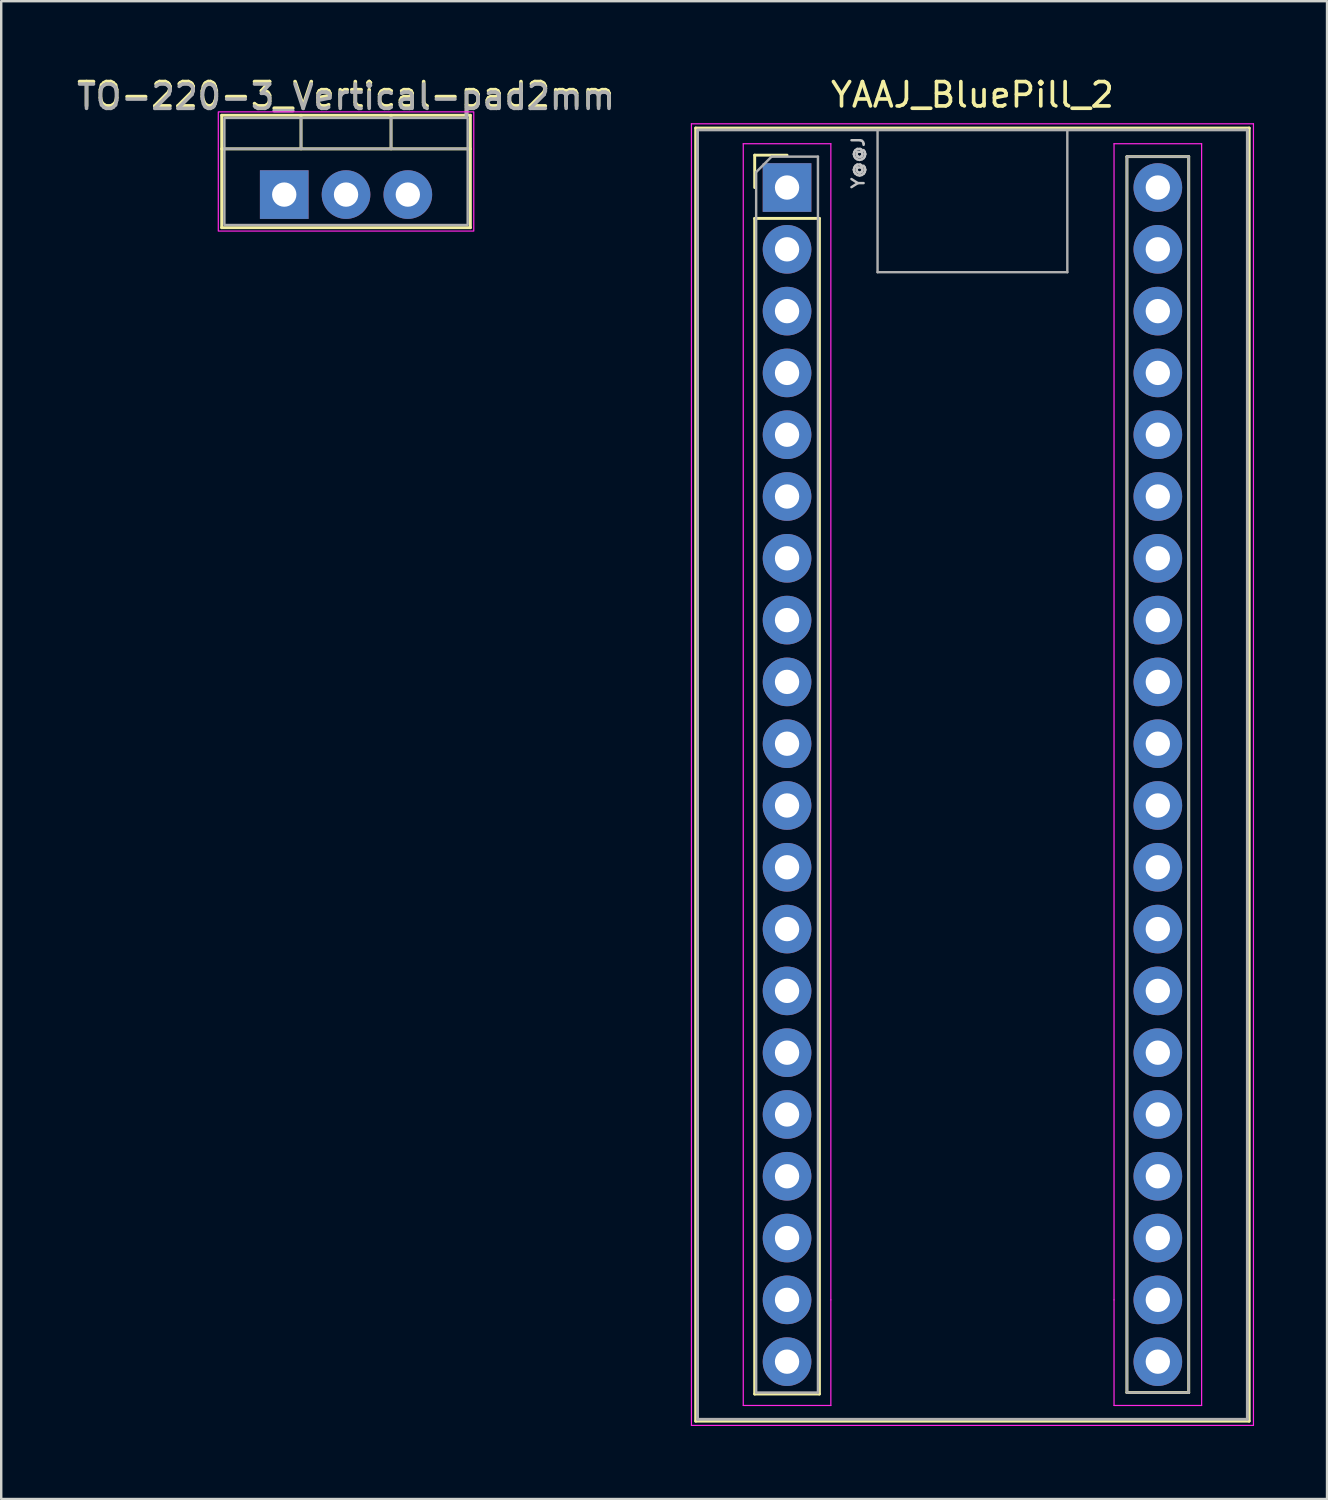
<source format=kicad_pcb>
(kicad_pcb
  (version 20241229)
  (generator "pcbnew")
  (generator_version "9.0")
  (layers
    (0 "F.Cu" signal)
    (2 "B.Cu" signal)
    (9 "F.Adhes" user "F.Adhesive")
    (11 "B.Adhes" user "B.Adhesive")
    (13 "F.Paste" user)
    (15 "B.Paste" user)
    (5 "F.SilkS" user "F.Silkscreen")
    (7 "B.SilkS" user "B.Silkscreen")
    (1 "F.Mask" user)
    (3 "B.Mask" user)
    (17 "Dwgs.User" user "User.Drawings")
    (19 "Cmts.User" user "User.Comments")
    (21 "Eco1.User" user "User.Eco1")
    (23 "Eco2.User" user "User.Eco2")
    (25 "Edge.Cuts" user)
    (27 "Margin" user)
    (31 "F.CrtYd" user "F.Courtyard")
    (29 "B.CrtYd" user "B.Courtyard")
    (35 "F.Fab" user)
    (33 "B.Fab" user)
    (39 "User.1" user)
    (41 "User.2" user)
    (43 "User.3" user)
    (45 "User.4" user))
  (footprint "YAAJ_BluePill_2"
    (layer "F.Cu")
    (at 29.3 4.658)
    (property "Reference" "YAAJ_BluePill_2" (at 7.62 -3.81 180) (layer "F.SilkS") (effects (font (size 1 1) (thickness 0.15))))
    (attr through_hole)
    (fp_line (start -3.755 -2.445) (end 18.995 -2.445) (stroke (width 0.12) (type solid)) (layer "F.SilkS"))
    (fp_line (start -3.755 50.705) (end -3.755 -2.445) (stroke (width 0.12) (type solid)) (layer "F.SilkS"))
    (fp_line (start -1.33 -1.33) (end 0 -1.33) (stroke (width 0.12) (type solid)) (layer "F.SilkS"))
    (fp_line (start -1.33 0) (end -1.33 -1.33) (stroke (width 0.12) (type solid)) (layer "F.SilkS"))
    (fp_line (start -1.33 1.27) (end 1.33 1.27) (stroke (width 0.12) (type solid)) (layer "F.SilkS"))
    (fp_line (start -1.33 49.59) (end -1.33 1.27) (stroke (width 0.12) (type solid)) (layer "F.SilkS"))
    (fp_line (start 1.33 1.27) (end 1.33 49.59) (stroke (width 0.12) (type solid)) (layer "F.SilkS"))
    (fp_line (start 1.33 49.59) (end -1.33 49.59) (stroke (width 0.12) (type solid)) (layer "F.SilkS"))
    (fp_line (start 13.97 -1.27) (end 16.51 -1.27) (stroke (width 0.12) (type solid)) (layer "F.SilkS"))
    (fp_line (start 13.97 49.53) (end 13.97 -1.27) (stroke (width 0.12) (type solid)) (layer "F.SilkS"))
    (fp_line (start 16.51 -1.27) (end 16.51 49.53) (stroke (width 0.12) (type solid)) (layer "F.SilkS"))
    (fp_line (start 16.51 49.53) (end 13.97 49.53) (stroke (width 0.12) (type solid)) (layer "F.SilkS"))
    (fp_line (start 18.995 -2.445) (end 18.995 50.705) (stroke (width 0.12) (type solid)) (layer "F.SilkS"))
    (fp_line (start 18.995 50.705) (end -3.755 50.705) (stroke (width 0.12) (type solid)) (layer "F.SilkS"))
    (fp_line (start -3.93 -2.62) (end 19.17 -2.62) (stroke (width 0.05) (type solid)) (layer "F.CrtYd"))
    (fp_line (start -3.93 50.88) (end -3.93 -2.62) (stroke (width 0.05) (type solid)) (layer "F.CrtYd"))
    (fp_line (start -1.8 -1.8) (end -1.8 50.06) (stroke (width 0.05) (type solid)) (layer "F.CrtYd"))
    (fp_line (start -1.8 50.06) (end 1.8 50.06) (stroke (width 0.05) (type solid)) (layer "F.CrtYd"))
    (fp_line (start 1.8 -1.8) (end -1.8 -1.8) (stroke (width 0.05) (type solid)) (layer "F.CrtYd"))
    (fp_line (start 1.8 -1.8) (end 1.8 45.72) (stroke (width 0.05) (type solid)) (layer "F.CrtYd"))
    (fp_line (start 1.8 45.72) (end 1.8 50.06) (stroke (width 0.05) (type solid)) (layer "F.CrtYd"))
    (fp_line (start 13.44 -1.8) (end 13.44 45.72) (stroke (width 0.05) (type solid)) (layer "F.CrtYd"))
    (fp_line (start 13.44 -1.8) (end 17.04 -1.8) (stroke (width 0.05) (type solid)) (layer "F.CrtYd"))
    (fp_line (start 13.44 45.72) (end 13.44 50.06) (stroke (width 0.05) (type solid)) (layer "F.CrtYd"))
    (fp_line (start 17.04 -1.8) (end 17.04 50.06) (stroke (width 0.05) (type solid)) (layer "F.CrtYd"))
    (fp_line (start 17.04 50.06) (end 13.44 50.06) (stroke (width 0.05) (type solid)) (layer "F.CrtYd"))
    (fp_line (start 19.17 -2.62) (end 19.17 50.88) (stroke (width 0.05) (type solid)) (layer "F.CrtYd"))
    (fp_line (start 19.17 50.88) (end -3.93 50.88) (stroke (width 0.05) (type solid)) (layer "F.CrtYd"))
    (fp_line (start -3.68 -2.37) (end 18.92 -2.37) (stroke (width 0.12) (type solid)) (layer "F.Fab"))
    (fp_line (start -3.68 50.63) (end -3.68 -2.32) (stroke (width 0.12) (type solid)) (layer "F.Fab"))
    (fp_line (start -3.68 50.63) (end 18.92 50.63) (stroke (width 0.12) (type solid)) (layer "F.Fab"))
    (fp_line (start -1.27 -0.635) (end -0.635 -1.27) (stroke (width 0.1) (type solid)) (layer "F.Fab"))
    (fp_line (start -1.27 49.53) (end -1.27 -0.635) (stroke (width 0.1) (type solid)) (layer "F.Fab"))
    (fp_line (start -0.635 -1.27) (end 1.27 -1.27) (stroke (width 0.1) (type solid)) (layer "F.Fab"))
    (fp_line (start 1.27 -1.27) (end 1.27 49.53) (stroke (width 0.1) (type solid)) (layer "F.Fab"))
    (fp_line (start 1.27 49.53) (end -1.27 49.53) (stroke (width 0.1) (type solid)) (layer "F.Fab"))
    (fp_line (start 3.72 3.48) (end 3.72 -2.32) (stroke (width 0.1) (type solid)) (layer "F.Fab"))
    (fp_line (start 3.72 3.48) (end 11.52 3.48) (stroke (width 0.1) (type solid)) (layer "F.Fab"))
    (fp_line (start 11.52 3.48) (end 11.52 -2.32) (stroke (width 0.1) (type solid)) (layer "F.Fab"))
    (fp_line (start 13.97 -1.27) (end 16.51 -1.27) (stroke (width 0.1) (type solid)) (layer "F.Fab"))
    (fp_line (start 13.97 49.53) (end 13.97 -1.27) (stroke (width 0.1) (type solid)) (layer "F.Fab"))
    (fp_line (start 16.51 -1.27) (end 16.51 49.53) (stroke (width 0.1) (type solid)) (layer "F.Fab"))
    (fp_line (start 16.51 49.53) (end 13.97 49.53) (stroke (width 0.1) (type solid)) (layer "F.Fab"))
    (fp_line (start 18.92 -2.37) (end 18.92 50.63) (stroke (width 0.12) (type solid)) (layer "F.Fab"))
    (fp_text user "Y@@J" (at 2.921 -1.016 90) (unlocked yes) (layer "Dwgs.User") (effects (font (size 0.5 0.5) (thickness 0.1))))
    (pad "1" thru_hole rect (at 0 0) (size 2 2) (drill 1) (layers "*.Cu" "*.Mask"))
    (pad "2" thru_hole circle (at 0 2.54) (size 2 2) (drill 1) (layers "*.Cu" "*.Mask"))
    (pad "3" thru_hole circle (at 0 5.08) (size 2 2) (drill 1) (layers "*.Cu" "*.Mask"))
    (pad "4" thru_hole circle (at 0 7.62) (size 2 2) (drill 1) (layers "*.Cu" "*.Mask"))
    (pad "5" thru_hole circle (at 0 10.16) (size 2 2) (drill 1) (layers "*.Cu" "*.Mask"))
    (pad "6" thru_hole circle (at 0 12.7) (size 2 2) (drill 1) (layers "*.Cu" "*.Mask"))
    (pad "7" thru_hole circle (at 0 15.24) (size 2 2) (drill 1) (layers "*.Cu" "*.Mask"))
    (pad "8" thru_hole circle (at 0 17.78) (size 2 2) (drill 1) (layers "*.Cu" "*.Mask"))
    (pad "9" thru_hole circle (at 0 20.32) (size 2 2) (drill 1) (layers "*.Cu" "*.Mask"))
    (pad "10" thru_hole circle (at 0 22.86) (size 2 2) (drill 1) (layers "*.Cu" "*.Mask"))
    (pad "11" thru_hole circle (at 0 25.4) (size 2 2) (drill 1) (layers "*.Cu" "*.Mask"))
    (pad "12" thru_hole circle (at 0 27.94) (size 2 2) (drill 1) (layers "*.Cu" "*.Mask"))
    (pad "13" thru_hole circle (at 0 30.48) (size 2 2) (drill 1) (layers "*.Cu" "*.Mask"))
    (pad "14" thru_hole circle (at 0 33.02) (size 2 2) (drill 1) (layers "*.Cu" "*.Mask"))
    (pad "15" thru_hole circle (at 0 35.56) (size 2 2) (drill 1) (layers "*.Cu" "*.Mask"))
    (pad "16" thru_hole circle (at 0 38.1) (size 2 2) (drill 1) (layers "*.Cu" "*.Mask"))
    (pad "17" thru_hole circle (at 0 40.64) (size 2 2) (drill 1) (layers "*.Cu" "*.Mask"))
    (pad "18" thru_hole circle (at 0 43.18) (size 2 2) (drill 1) (layers "*.Cu" "*.Mask"))
    (pad "19" thru_hole circle (at 0 45.72) (size 2 2) (drill 1) (layers "*.Cu" "*.Mask"))
    (pad "20" thru_hole circle (at 0 48.26) (size 2 2) (drill 1) (layers "*.Cu" "*.Mask"))
    (pad "21" thru_hole circle (at 15.24 48.26) (size 2 2) (drill 1) (layers "*.Cu" "*.Mask"))
    (pad "22" thru_hole circle (at 15.24 45.72) (size 2 2) (drill 1) (layers "*.Cu" "*.Mask"))
    (pad "23" thru_hole circle (at 15.24 43.18) (size 2 2) (drill 1) (layers "*.Cu" "*.Mask"))
    (pad "24" thru_hole circle (at 15.24 40.64) (size 2 2) (drill 1) (layers "*.Cu" "*.Mask"))
    (pad "25" thru_hole circle (at 15.24 38.1) (size 2 2) (drill 1) (layers "*.Cu" "*.Mask"))
    (pad "26" thru_hole circle (at 15.24 35.56) (size 2 2) (drill 1) (layers "*.Cu" "*.Mask"))
    (pad "27" thru_hole circle (at 15.24 33.02) (size 2 2) (drill 1) (layers "*.Cu" "*.Mask"))
    (pad "28" thru_hole circle (at 15.24 30.48) (size 2 2) (drill 1) (layers "*.Cu" "*.Mask"))
    (pad "29" thru_hole circle (at 15.24 27.94) (size 2 2) (drill 1) (layers "*.Cu" "*.Mask"))
    (pad "30" thru_hole circle (at 15.24 25.4) (size 2 2) (drill 1) (layers "*.Cu" "*.Mask"))
    (pad "31" thru_hole circle (at 15.24 22.86) (size 2 2) (drill 1) (layers "*.Cu" "*.Mask"))
    (pad "32" thru_hole circle (at 15.24 20.32) (size 2 2) (drill 1) (layers "*.Cu" "*.Mask"))
    (pad "33" thru_hole circle (at 15.24 17.78) (size 2 2) (drill 1) (layers "*.Cu" "*.Mask"))
    (pad "34" thru_hole circle (at 15.24 15.24) (size 2 2) (drill 1) (layers "*.Cu" "*.Mask"))
    (pad "35" thru_hole circle (at 15.24 12.7) (size 2 2) (drill 1) (layers "*.Cu" "*.Mask"))
    (pad "36" thru_hole circle (at 15.24 10.16) (size 2 2) (drill 1) (layers "*.Cu" "*.Mask"))
    (pad "37" thru_hole circle (at 15.24 7.62) (size 2 2) (drill 1) (layers "*.Cu" "*.Mask"))
    (pad "38" thru_hole circle (at 15.24 5.08) (size 2 2) (drill 1) (layers "*.Cu" "*.Mask"))
    (pad "39" thru_hole circle (at 15.24 2.54) (size 2 2) (drill 1) (layers "*.Cu" "*.Mask"))
    (pad "40" thru_hole circle (at 15.24 0) (size 2 2) (drill 1) (layers "*.Cu" "*.Mask")))
  (footprint "TO-220-3_Vertical-pad2mm"
    (layer "F.Cu")
    (at 8.633 4.948)
    (property "Reference" "TO-220-3_Vertical-pad2mm" (at 2.54 -4.1 0) (layer "F.SilkS") (effects (font (size 1 1) (thickness 0.15))))
    (attr through_hole)
    (fp_line (start -2.57 -3.26) (end 7.65 -3.26) (stroke (width 0.12) (type solid)) (layer "F.SilkS"))
    (fp_line (start -2.57 -1.88) (end 7.65 -1.88) (stroke (width 0.12) (type solid)) (layer "F.SilkS"))
    (fp_line (start -2.57 1.36) (end -2.57 -3.26) (stroke (width 0.12) (type solid)) (layer "F.SilkS"))
    (fp_line (start 0.69 -3.26) (end 0.69 -1.88) (stroke (width 0.12) (type solid)) (layer "F.SilkS"))
    (fp_line (start 4.39 -3.26) (end 4.39 -1.88) (stroke (width 0.12) (type solid)) (layer "F.SilkS"))
    (fp_line (start 7.65 -3.26) (end 7.65 1.36) (stroke (width 0.12) (type solid)) (layer "F.SilkS"))
    (fp_line (start 7.65 1.36) (end -2.57 1.36) (stroke (width 0.12) (type solid)) (layer "F.SilkS"))
    (fp_rect (start -2.71 -3.4) (end 7.79 1.5) (stroke (width 0.05) (type solid)) (fill no) (layer "F.CrtYd"))
    (fp_line (start -2.46 -1.88) (end 7.54 -1.88) (stroke (width 0.1) (type solid)) (layer "F.Fab"))
    (fp_line (start 0.69 -3.15) (end 0.69 -1.88) (stroke (width 0.1) (type solid)) (layer "F.Fab"))
    (fp_line (start 4.39 -3.15) (end 4.39 -1.88) (stroke (width 0.1) (type solid)) (layer "F.Fab"))
    (fp_rect (start -2.46 -3.15) (end 7.54 1.25) (stroke (width 0.1) (type solid)) (fill no) (layer "F.Fab"))
    (fp_text user "${REFERENCE}" (at 2.54 -4 0) (layer "F.Fab") (effects (font (size 1 1) (thickness 0.15))))
    (pad "1" thru_hole rect (at 0 0) (size 2 2) (drill 1) (layers "*.Cu" "*.Mask"))
    (pad "2" thru_hole oval (at 2.54 0) (size 2 2) (drill 1) (layers "*.Cu" "*.Mask"))
    (pad "3" thru_hole oval (at 5.08 0) (size 2 2) (drill 1) (layers "*.Cu" "*.Mask")))
  (gr_rect
    (start -3 -3)
    (end 51.495 58.563)
    (stroke (width 0.1) (type default))
    (fill no)
    (layer "Edge.Cuts")))
</source>
